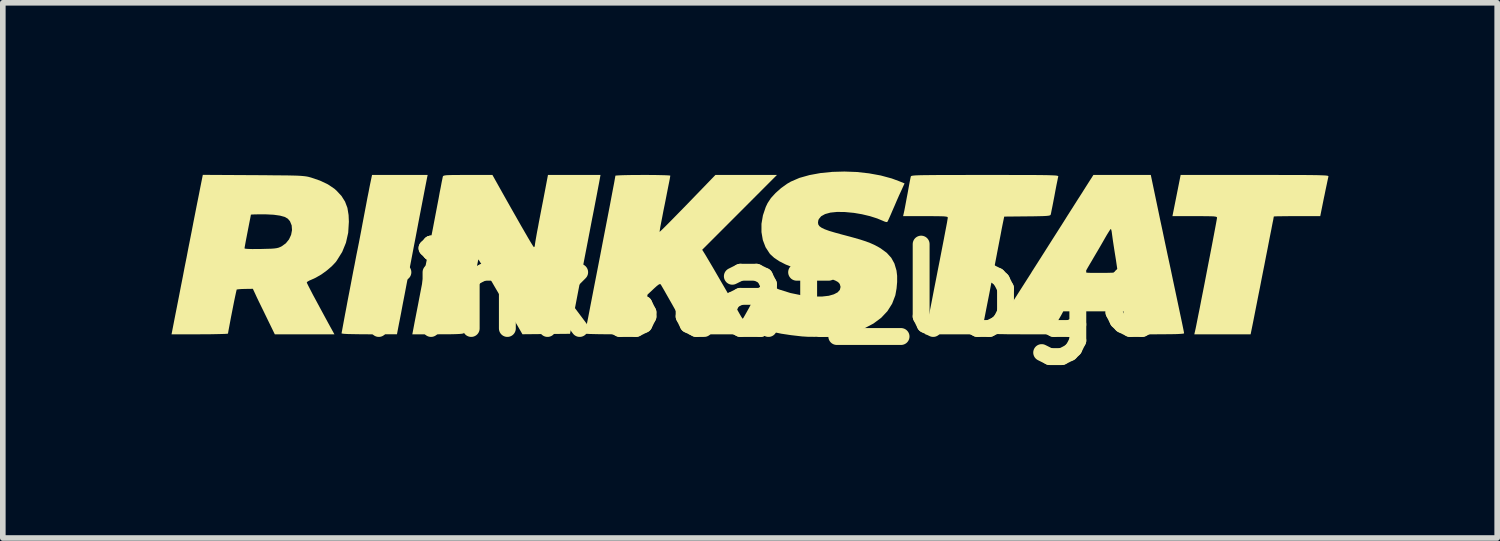
<source format=kicad_pcb>
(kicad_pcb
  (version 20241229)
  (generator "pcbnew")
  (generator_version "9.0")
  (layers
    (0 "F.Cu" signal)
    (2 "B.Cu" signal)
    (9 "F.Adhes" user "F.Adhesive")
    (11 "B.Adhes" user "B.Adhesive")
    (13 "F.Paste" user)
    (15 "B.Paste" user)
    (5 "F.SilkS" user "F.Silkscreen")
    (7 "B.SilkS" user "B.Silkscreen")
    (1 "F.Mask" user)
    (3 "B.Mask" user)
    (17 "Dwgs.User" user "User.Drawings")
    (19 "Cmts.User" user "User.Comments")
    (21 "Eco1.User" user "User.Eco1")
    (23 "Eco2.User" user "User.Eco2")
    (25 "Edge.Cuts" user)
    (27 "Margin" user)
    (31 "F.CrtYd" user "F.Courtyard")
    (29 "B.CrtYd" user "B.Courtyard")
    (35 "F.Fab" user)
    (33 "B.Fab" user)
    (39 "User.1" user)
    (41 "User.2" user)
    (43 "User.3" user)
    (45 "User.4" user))
  (footprint "rinkstat_logo"
    (layer "F.Cu")
    (at 10.578 2.112)
    (property "Reference" "rinkstat_logo" (at 0 0 0) (layer "F.SilkS") (effects (font (size 1.5 1.5) (thickness 0.3))))
    (attr board_only exclude_from_pos_files exclude_from_bom)
    (fp_poly (pts (xy -6.032 -2.015) (xy -6.037 -1.991) (xy -6.047 -1.939) (xy -6.062 -1.863) (xy -6.081 -1.765) (xy -6.103 -1.65) (xy -6.128 -1.521) (xy -6.155 -1.381) (xy -6.164 -1.335) (xy -6.2 -1.146) (xy -6.238 -0.945) (xy -6.278 -0.738) (xy -6.318 -0.528) (xy -6.358 -0.321) (xy -6.397 -0.12) (xy -6.433 0.07) (xy -6.467 0.244) (xy -6.496 0.399) (xy -6.521 0.528) (xy -6.535 0.598) (xy -6.57 0.781) (xy -7.062 0.782) (xy -7.221 0.781) (xy -7.349 0.779) (xy -7.447 0.777) (xy -7.514 0.773) (xy -7.549 0.768) (xy -7.555 0.765) (xy -7.552 0.746) (xy -7.543 0.699) (xy -7.53 0.628) (xy -7.513 0.536) (xy -7.493 0.428) (xy -7.47 0.308) (xy -7.446 0.178) (xy -7.42 0.044) (xy -7.394 -0.091) (xy -7.369 -0.223) (xy -7.345 -0.349) (xy -7.322 -0.464) (xy -7.303 -0.565) (xy -7.287 -0.647) (xy -7.275 -0.706) (xy -7.271 -0.725) (xy -7.262 -0.771) (xy -7.247 -0.845) (xy -7.229 -0.939) (xy -7.208 -1.048) (xy -7.186 -1.167) (xy -7.165 -1.278) (xy -7.141 -1.404) (xy -7.117 -1.53) (xy -7.095 -1.647) (xy -7.074 -1.751) (xy -7.058 -1.835) (xy -7.048 -1.885) (xy -7.013 -2.052) (xy -6.519 -2.052) (xy -6.024 -2.052)) (stroke (width 0) (type solid)) (fill yes) (layer "F.SilkS"))
    (fp_poly (pts (xy 8.92 -2.052) (xy 9.128 -2.051) (xy 9.307 -2.051) (xy 9.46 -2.051) (xy 9.588 -2.05) (xy 9.694 -2.049) (xy 9.78 -2.048) (xy 9.848 -2.046) (xy 9.9 -2.044) (xy 9.938 -2.042) (xy 9.964 -2.039) (xy 9.981 -2.036) (xy 9.989 -2.032) (xy 9.992 -2.027) (xy 9.991 -2.023) (xy 9.986 -1.999) (xy 9.975 -1.948) (xy 9.96 -1.876) (xy 9.941 -1.787) (xy 9.921 -1.688) (xy 9.914 -1.657) (xy 9.846 -1.319) (xy 9.433 -1.319) (xy 9.321 -1.319) (xy 9.22 -1.318) (xy 9.136 -1.317) (xy 9.071 -1.316) (xy 9.032 -1.314) (xy 9.02 -1.312) (xy 9.017 -1.295) (xy 9.01 -1.253) (xy 8.998 -1.196) (xy 8.996 -1.186) (xy 8.988 -1.145) (xy 8.975 -1.076) (xy 8.956 -0.982) (xy 8.934 -0.869) (xy 8.909 -0.739) (xy 8.881 -0.598) (xy 8.852 -0.448) (xy 8.834 -0.358) (xy 8.803 -0.201) (xy 8.773 -0.046) (xy 8.743 0.103) (xy 8.716 0.241) (xy 8.692 0.362) (xy 8.672 0.464) (xy 8.657 0.54) (xy 8.652 0.566) (xy 8.608 0.782) (xy 8.108 0.782) (xy 7.607 0.782) (xy 7.621 0.72) (xy 7.629 0.685) (xy 7.642 0.622) (xy 7.659 0.536) (xy 7.68 0.43) (xy 7.705 0.307) (xy 7.731 0.171) (xy 7.76 0.025) (xy 7.79 -0.128) (xy 7.82 -0.284) (xy 7.85 -0.44) (xy 7.88 -0.593) (xy 7.908 -0.738) (xy 7.934 -0.874) (xy 7.957 -0.996) (xy 7.977 -1.102) (xy 7.993 -1.187) (xy 8.004 -1.249) (xy 8.01 -1.284) (xy 8.011 -1.29) (xy 8.009 -1.299) (xy 8 -1.306) (xy 7.981 -1.311) (xy 7.948 -1.315) (xy 7.896 -1.317) (xy 7.823 -1.318) (xy 7.725 -1.319) (xy 7.614 -1.319) (xy 7.218 -1.319) (xy 7.291 -1.685) (xy 7.364 -2.052) (xy 8.682 -2.052)) (stroke (width 0) (type solid)) (fill yes) (layer "F.SilkS"))
    (fp_poly (pts (xy 4.123 -2.052) (xy 4.33 -2.051) (xy 4.508 -2.051) (xy 4.661 -2.051) (xy 4.788 -2.05) (xy 4.894 -2.049) (xy 4.98 -2.048) (xy 5.047 -2.046) (xy 5.099 -2.044) (xy 5.136 -2.042) (xy 5.162 -2.039) (xy 5.178 -2.035) (xy 5.186 -2.031) (xy 5.188 -2.027) (xy 5.188 -2.023) (xy 5.182 -1.999) (xy 5.172 -1.948) (xy 5.157 -1.876) (xy 5.14 -1.788) (xy 5.122 -1.691) (xy 5.121 -1.685) (xy 5.102 -1.587) (xy 5.085 -1.499) (xy 5.07 -1.426) (xy 5.06 -1.374) (xy 5.054 -1.348) (xy 5.054 -1.348) (xy 5.049 -1.339) (xy 5.037 -1.332) (xy 5.015 -1.327) (xy 4.978 -1.323) (xy 4.924 -1.32) (xy 4.847 -1.318) (xy 4.745 -1.316) (xy 4.636 -1.315) (xy 4.227 -1.311) (xy 4.205 -1.205) (xy 4.196 -1.161) (xy 4.182 -1.091) (xy 4.165 -0.999) (xy 4.144 -0.891) (xy 4.121 -0.772) (xy 4.097 -0.647) (xy 4.095 -0.635) (xy 4.066 -0.485) (xy 4.033 -0.313) (xy 3.998 -0.132) (xy 3.964 0.047) (xy 3.931 0.214) (xy 3.913 0.305) (xy 3.82 0.782) (xy 3.322 0.782) (xy 2.824 0.782) (xy 2.902 0.379) (xy 2.925 0.264) (xy 2.952 0.125) (xy 2.982 -0.031) (xy 3.015 -0.198) (xy 3.048 -0.368) (xy 3.081 -0.535) (xy 3.102 -0.644) (xy 3.129 -0.783) (xy 3.154 -0.912) (xy 3.176 -1.028) (xy 3.195 -1.127) (xy 3.21 -1.206) (xy 3.219 -1.262) (xy 3.224 -1.289) (xy 3.224 -1.291) (xy 3.221 -1.3) (xy 3.212 -1.307) (xy 3.191 -1.311) (xy 3.156 -1.315) (xy 3.103 -1.317) (xy 3.027 -1.318) (xy 2.925 -1.319) (xy 2.827 -1.319) (xy 2.429 -1.319) (xy 2.443 -1.381) (xy 2.451 -1.417) (xy 2.463 -1.479) (xy 2.478 -1.559) (xy 2.495 -1.651) (xy 2.508 -1.718) (xy 2.525 -1.811) (xy 2.54 -1.894) (xy 2.553 -1.961) (xy 2.562 -2.006) (xy 2.566 -2.023) (xy 2.569 -2.028) (xy 2.576 -2.033) (xy 2.589 -2.037) (xy 2.611 -2.04) (xy 2.642 -2.043) (xy 2.687 -2.045) (xy 2.745 -2.047) (xy 2.82 -2.048) (xy 2.914 -2.049) (xy 3.029 -2.05) (xy 3.167 -2.051) (xy 3.33 -2.051) (xy 3.52 -2.051) (xy 3.739 -2.052) (xy 3.885 -2.052)) (stroke (width 0) (type solid)) (fill yes) (layer "F.SilkS"))
    (fp_poly (pts (xy -4.775 -1.877) (xy -4.655 -1.663) (xy -4.546 -1.47) (xy -4.448 -1.298) (xy -4.363 -1.148) (xy -4.29 -1.022) (xy -4.231 -0.92) (xy -4.185 -0.843) (xy -4.154 -0.793) (xy -4.137 -0.769) (xy -4.135 -0.768) (xy -4.123 -0.777) (xy -4.119 -0.796) (xy -4.116 -0.821) (xy -4.108 -0.873) (xy -4.095 -0.947) (xy -4.079 -1.038) (xy -4.059 -1.141) (xy -4.047 -1.208) (xy -4.023 -1.333) (xy -3.998 -1.463) (xy -3.973 -1.59) (xy -3.951 -1.705) (xy -3.933 -1.799) (xy -3.929 -1.82) (xy -3.885 -2.052) (xy -3.418 -2.052) (xy -2.951 -2.052) (xy -2.974 -1.925) (xy -2.983 -1.878) (xy -2.997 -1.805) (xy -3.015 -1.709) (xy -3.037 -1.595) (xy -3.061 -1.47) (xy -3.087 -1.337) (xy -3.102 -1.262) (xy -3.133 -1.1) (xy -3.168 -0.918) (xy -3.205 -0.726) (xy -3.242 -0.536) (xy -3.276 -0.356) (xy -3.306 -0.204) (xy -3.332 -0.064) (xy -3.359 0.076) (xy -3.385 0.212) (xy -3.409 0.336) (xy -3.43 0.443) (xy -3.445 0.526) (xy -3.449 0.545) (xy -3.493 0.773) (xy -3.916 0.777) (xy -4.339 0.781) (xy -4.426 0.63) (xy -4.533 0.447) (xy -4.635 0.273) (xy -4.73 0.11) (xy -4.818 -0.039) (xy -4.896 -0.173) (xy -4.965 -0.29) (xy -5.023 -0.388) (xy -5.069 -0.464) (xy -5.101 -0.517) (xy -5.119 -0.545) (xy -5.123 -0.549) (xy -5.127 -0.533) (xy -5.136 -0.488) (xy -5.15 -0.417) (xy -5.168 -0.325) (xy -5.19 -0.215) (xy -5.214 -0.09) (xy -5.241 0.047) (xy -5.25 0.098) (xy -5.278 0.239) (xy -5.303 0.37) (xy -5.326 0.488) (xy -5.346 0.589) (xy -5.362 0.67) (xy -5.374 0.728) (xy -5.38 0.758) (xy -5.381 0.761) (xy -5.391 0.767) (xy -5.417 0.772) (xy -5.463 0.776) (xy -5.531 0.779) (xy -5.624 0.781) (xy -5.745 0.781) (xy -5.843 0.782) (xy -6.297 0.782) (xy -6.276 0.672) (xy -6.255 0.56) (xy -6.228 0.422) (xy -6.197 0.264) (xy -6.164 0.091) (xy -6.129 -0.09) (xy -6.093 -0.273) (xy -6.058 -0.453) (xy -6.024 -0.624) (xy -5.994 -0.78) (xy -5.992 -0.79) (xy -5.964 -0.935) (xy -5.933 -1.091) (xy -5.903 -1.249) (xy -5.874 -1.401) (xy -5.848 -1.537) (xy -5.829 -1.636) (xy -5.81 -1.742) (xy -5.791 -1.837) (xy -5.776 -1.918) (xy -5.763 -1.98) (xy -5.756 -2.016) (xy -5.754 -2.023) (xy -5.749 -2.032) (xy -5.738 -2.038) (xy -5.718 -2.043) (xy -5.684 -2.047) (xy -5.632 -2.049) (xy -5.56 -2.051) (xy -5.464 -2.051) (xy -5.339 -2.052) (xy -5.309 -2.052) (xy -4.873 -2.052)) (stroke (width 0) (type solid)) (fill yes) (layer "F.SilkS"))
    (fp_poly (pts (xy 6.933 -1.575) (xy 6.965 -1.422) (xy 7.001 -1.249) (xy 7.04 -1.068) (xy 7.077 -0.89) (xy 7.112 -0.725) (xy 7.131 -0.635) (xy 7.184 -0.39) (xy 7.229 -0.175) (xy 7.269 0.013) (xy 7.303 0.174) (xy 7.332 0.311) (xy 7.356 0.425) (xy 7.376 0.519) (xy 7.392 0.595) (xy 7.404 0.654) (xy 7.413 0.698) (xy 7.419 0.729) (xy 7.423 0.749) (xy 7.424 0.761) (xy 7.425 0.764) (xy 7.411 0.77) (xy 7.368 0.774) (xy 7.297 0.778) (xy 7.195 0.78) (xy 7.062 0.781) (xy 6.921 0.782) (xy 6.417 0.782) (xy 6.408 0.729) (xy 6.401 0.689) (xy 6.391 0.628) (xy 6.378 0.556) (xy 6.373 0.525) (xy 6.347 0.374) (xy 5.812 0.374) (xy 5.277 0.374) (xy 5.257 0.411) (xy 5.242 0.439) (xy 5.214 0.488) (xy 5.177 0.551) (xy 5.14 0.615) (xy 5.041 0.782) (xy 4.531 0.782) (xy 4.406 0.781) (xy 4.292 0.781) (xy 4.193 0.779) (xy 4.113 0.778) (xy 4.056 0.776) (xy 4.026 0.774) (xy 4.022 0.773) (xy 4.03 0.758) (xy 4.053 0.719) (xy 4.089 0.662) (xy 4.134 0.59) (xy 4.186 0.508) (xy 4.191 0.501) (xy 4.227 0.444) (xy 4.279 0.362) (xy 4.344 0.259) (xy 4.422 0.136) (xy 4.51 -0.002) (xy 4.607 -0.154) (xy 4.711 -0.317) (xy 4.711 -0.319) (xy 5.666 -0.319) (xy 5.681 -0.315) (xy 5.723 -0.312) (xy 5.784 -0.31) (xy 5.859 -0.31) (xy 5.941 -0.31) (xy 6.024 -0.31) (xy 6.102 -0.312) (xy 6.168 -0.314) (xy 6.216 -0.317) (xy 6.24 -0.321) (xy 6.241 -0.322) (xy 6.241 -0.341) (xy 6.236 -0.387) (xy 6.226 -0.454) (xy 6.214 -0.537) (xy 6.202 -0.611) (xy 6.186 -0.711) (xy 6.171 -0.808) (xy 6.158 -0.894) (xy 6.149 -0.961) (xy 6.145 -0.989) (xy 6.138 -1.042) (xy 6.13 -1.079) (xy 6.122 -1.091) (xy 6.11 -1.078) (xy 6.086 -1.041) (xy 6.053 -0.988) (xy 6.016 -0.924) (xy 5.971 -0.845) (xy 5.916 -0.75) (xy 5.857 -0.65) (xy 5.801 -0.555) (xy 5.794 -0.542) (xy 5.75 -0.468) (xy 5.712 -0.403) (xy 5.684 -0.353) (xy 5.668 -0.324) (xy 5.666 -0.319) (xy 4.711 -0.319) (xy 4.819 -0.488) (xy 4.931 -0.664) (xy 5.044 -0.842) (xy 5.047 -0.847) (xy 5.156 -1.018) (xy 5.261 -1.183) (xy 5.359 -1.339) (xy 5.451 -1.483) (xy 5.534 -1.614) (xy 5.608 -1.729) (xy 5.669 -1.826) (xy 5.718 -1.903) (xy 5.753 -1.958) (xy 5.772 -1.987) (xy 5.774 -1.99) (xy 5.813 -2.052) (xy 6.323 -2.052) (xy 6.833 -2.052)) (stroke (width 0) (type solid)) (fill yes) (layer "F.SilkS"))
    (fp_poly (pts (xy -9.126 -2.048) (xy -8.932 -2.047) (xy -8.768 -2.045) (xy -8.63 -2.044) (xy -8.517 -2.043) (xy -8.424 -2.041) (xy -8.349 -2.039) (xy -8.289 -2.036) (xy -8.241 -2.032) (xy -8.203 -2.028) (xy -8.17 -2.023) (xy -8.141 -2.017) (xy -8.113 -2.009) (xy -8.1 -2.006) (xy -7.939 -1.951) (xy -7.798 -1.884) (xy -7.682 -1.806) (xy -7.645 -1.773) (xy -7.556 -1.677) (xy -7.493 -1.577) (xy -7.451 -1.466) (xy -7.43 -1.338) (xy -7.425 -1.219) (xy -7.437 -1.024) (xy -7.477 -0.846) (xy -7.544 -0.682) (xy -7.639 -0.53) (xy -7.66 -0.501) (xy -7.729 -0.428) (xy -7.818 -0.352) (xy -7.916 -0.281) (xy -8.015 -0.224) (xy -8.08 -0.194) (xy -8.129 -0.173) (xy -8.163 -0.153) (xy -8.174 -0.14) (xy -8.166 -0.121) (xy -8.144 -0.076) (xy -8.109 -0.008) (xy -8.063 0.081) (xy -8.006 0.186) (xy -7.941 0.307) (xy -7.869 0.44) (xy -7.792 0.582) (xy -7.752 0.655) (xy -7.682 0.782) (xy -8.212 0.782) (xy -8.742 0.782) (xy -8.891 0.476) (xy -8.939 0.377) (xy -8.986 0.281) (xy -9.028 0.195) (xy -9.062 0.124) (xy -9.084 0.076) (xy -9.086 0.072) (xy -9.132 -0.027) (xy -9.271 -0.025) (xy -9.335 -0.023) (xy -9.386 -0.019) (xy -9.416 -0.015) (xy -9.42 -0.013) (xy -9.424 0.004) (xy -9.434 0.048) (xy -9.448 0.113) (xy -9.465 0.194) (xy -9.483 0.285) (xy -9.502 0.382) (xy -9.521 0.478) (xy -9.538 0.569) (xy -9.553 0.649) (xy -9.565 0.713) (xy -9.572 0.755) (xy -9.574 0.769) (xy -9.589 0.772) (xy -9.634 0.775) (xy -9.703 0.777) (xy -9.792 0.779) (xy -9.899 0.781) (xy -10.019 0.781) (xy -10.076 0.782) (xy -10.578 0.782) (xy -10.509 0.427) (xy -10.491 0.337) (xy -10.468 0.22) (xy -10.441 0.082) (xy -10.411 -0.074) (xy -10.378 -0.24) (xy -10.345 -0.414) (xy -10.31 -0.588) (xy -10.284 -0.725) (xy -10.28 -0.746) (xy -9.281 -0.746) (xy -9.265 -0.74) (xy -9.218 -0.736) (xy -9.142 -0.734) (xy -9.037 -0.735) (xy -8.991 -0.735) (xy -8.886 -0.738) (xy -8.808 -0.74) (xy -8.751 -0.744) (xy -8.709 -0.75) (xy -8.676 -0.758) (xy -8.646 -0.77) (xy -8.621 -0.782) (xy -8.546 -0.836) (xy -8.489 -0.906) (xy -8.452 -0.987) (xy -8.436 -1.071) (xy -8.442 -1.154) (xy -8.472 -1.228) (xy -8.51 -1.273) (xy -8.565 -1.305) (xy -8.649 -1.328) (xy -8.762 -1.344) (xy -8.901 -1.351) (xy -8.95 -1.351) (xy -9.03 -1.351) (xy -9.097 -1.35) (xy -9.144 -1.348) (xy -9.166 -1.346) (xy -9.167 -1.346) (xy -9.17 -1.329) (xy -9.178 -1.285) (xy -9.191 -1.22) (xy -9.207 -1.138) (xy -9.224 -1.051) (xy -9.242 -0.958) (xy -9.258 -0.875) (xy -9.27 -0.809) (xy -9.278 -0.764) (xy -9.281 -0.746) (xy -10.28 -0.746) (xy -10.251 -0.892) (xy -10.218 -1.059) (xy -10.187 -1.221) (xy -10.157 -1.373) (xy -10.13 -1.511) (xy -10.106 -1.63) (xy -10.087 -1.725) (xy -10.075 -1.788) (xy -10.022 -2.053)) (stroke (width 0) (type solid)) (fill yes) (layer "F.SilkS"))
    (fp_poly (pts (xy 1.605 -2.104) (xy 1.822 -2.08) (xy 2.031 -2.042) (xy 2.227 -1.989) (xy 2.352 -1.943) (xy 2.455 -1.901) (xy 2.391 -1.76) (xy 2.357 -1.687) (xy 2.317 -1.596) (xy 2.276 -1.5) (xy 2.243 -1.425) (xy 2.211 -1.35) (xy 2.183 -1.287) (xy 2.162 -1.241) (xy 2.149 -1.217) (xy 2.149 -1.216) (xy 2.128 -1.214) (xy 2.091 -1.226) (xy 2.074 -1.234) (xy 1.968 -1.278) (xy 1.839 -1.319) (xy 1.696 -1.353) (xy 1.555 -1.377) (xy 1.395 -1.392) (xy 1.255 -1.394) (xy 1.137 -1.382) (xy 1.042 -1.356) (xy 0.972 -1.317) (xy 0.93 -1.266) (xy 0.92 -1.238) (xy 0.916 -1.201) (xy 0.922 -1.169) (xy 0.942 -1.14) (xy 0.979 -1.113) (xy 1.035 -1.086) (xy 1.114 -1.057) (xy 1.218 -1.026) (xy 1.349 -0.99) (xy 1.399 -0.977) (xy 1.547 -0.937) (xy 1.669 -0.902) (xy 1.77 -0.869) (xy 1.853 -0.837) (xy 1.926 -0.804) (xy 1.993 -0.768) (xy 2.03 -0.746) (xy 2.139 -0.666) (xy 2.219 -0.578) (xy 2.275 -0.476) (xy 2.311 -0.354) (xy 2.312 -0.35) (xy 2.323 -0.258) (xy 2.323 -0.148) (xy 2.313 -0.034) (xy 2.294 0.073) (xy 2.29 0.092) (xy 2.234 0.238) (xy 2.15 0.371) (xy 2.039 0.489) (xy 1.903 0.59) (xy 1.743 0.675) (xy 1.561 0.742) (xy 1.358 0.79) (xy 1.191 0.813) (xy 1.087 0.821) (xy 0.968 0.826) (xy 0.847 0.827) (xy 0.734 0.826) (xy 0.641 0.82) (xy 0.635 0.82) (xy 0.436 0.797) (xy 0.263 0.771) (xy 0.109 0.739) (xy -0.034 0.701) (xy -0.173 0.654) (xy -0.226 0.634) (xy -0.286 0.611) (xy -0.334 0.595) (xy -0.362 0.589) (xy -0.367 0.589) (xy -0.363 0.606) (xy -0.348 0.643) (xy -0.324 0.689) (xy -0.274 0.782) (xy -0.826 0.782) (xy -1.377 0.782) (xy -1.621 0.35) (xy -1.682 0.241) (xy -1.739 0.141) (xy -1.789 0.053) (xy -1.83 -0.019) (xy -1.861 -0.072) (xy -1.878 -0.101) (xy -1.881 -0.105) (xy -1.893 -0.112) (xy -1.914 -0.104) (xy -1.949 -0.078) (xy -2.001 -0.031) (xy -2.006 -0.026) (xy -2.115 0.076) (xy -2.174 0.392) (xy -2.192 0.492) (xy -2.21 0.582) (xy -2.224 0.658) (xy -2.235 0.714) (xy -2.241 0.744) (xy -2.242 0.745) (xy -2.25 0.782) (xy -2.737 0.782) (xy -2.859 0.781) (xy -2.97 0.78) (xy -3.066 0.778) (xy -3.142 0.776) (xy -3.196 0.773) (xy -3.222 0.77) (xy -3.224 0.769) (xy -3.224 0.766) (xy -3.223 0.762) (xy -3.222 0.753) (xy -3.22 0.739) (xy -3.216 0.716) (xy -3.209 0.683) (xy -3.2 0.637) (xy -3.189 0.576) (xy -3.173 0.497) (xy -3.154 0.398) (xy -3.131 0.278) (xy -3.103 0.134) (xy -3.07 -0.037) (xy -3.031 -0.237) (xy -3.012 -0.334) (xy -2.957 -0.617) (xy -2.907 -0.878) (xy -2.861 -1.115) (xy -2.82 -1.327) (xy -2.784 -1.513) (xy -2.754 -1.673) (xy -2.729 -1.804) (xy -2.709 -1.908) (xy -2.696 -1.982) (xy -2.688 -2.026) (xy -2.687 -2.038) (xy -2.671 -2.041) (xy -2.627 -2.044) (xy -2.558 -2.047) (xy -2.468 -2.049) (xy -2.362 -2.051) (xy -2.244 -2.051) (xy -2.198 -2.052) (xy -2.076 -2.051) (xy -1.965 -2.05) (xy -1.869 -2.048) (xy -1.792 -2.046) (xy -1.738 -2.043) (xy -1.712 -2.04) (xy -1.71 -2.039) (xy -1.713 -2.02) (xy -1.721 -1.973) (xy -1.735 -1.903) (xy -1.753 -1.813) (xy -1.774 -1.706) (xy -1.797 -1.588) (xy -1.807 -1.538) (xy -1.832 -1.416) (xy -1.853 -1.305) (xy -1.872 -1.208) (xy -1.887 -1.13) (xy -1.896 -1.073) (xy -1.901 -1.043) (xy -1.901 -1.04) (xy -1.889 -1.049) (xy -1.857 -1.079) (xy -1.807 -1.128) (xy -1.742 -1.193) (xy -1.663 -1.273) (xy -1.573 -1.365) (xy -1.474 -1.466) (xy -1.402 -1.54) (xy -0.907 -2.052) (xy -0.36 -2.052) (xy 0.187 -2.052) (xy -0.478 -1.386) (xy -1.143 -0.721) (xy -1.098 -0.65) (xy -1.075 -0.612) (xy -1.039 -0.551) (xy -0.991 -0.47) (xy -0.935 -0.375) (xy -0.873 -0.268) (xy -0.808 -0.156) (xy -0.741 -0.041) (xy -0.676 0.071) (xy -0.616 0.177) (xy -0.562 0.271) (xy -0.517 0.349) (xy -0.484 0.408) (xy -0.473 0.427) (xy -0.448 0.47) (xy -0.429 0.498) (xy -0.422 0.505) (xy -0.411 0.491) (xy -0.389 0.453) (xy -0.357 0.396) (xy -0.317 0.325) (xy -0.274 0.243) (xy -0.228 0.157) (xy -0.183 0.071) (xy -0.141 -0.01) (xy -0.122 -0.049) (xy -0.098 -0.097) (xy -0.08 -0.131) (xy -0.073 -0.144) (xy -0.057 -0.139) (xy -0.021 -0.123) (xy 0.029 -0.099) (xy 0.032 -0.098) (xy 0.222 -0.016) (xy 0.427 0.048) (xy 0.637 0.091) (xy 0.844 0.111) (xy 0.992 0.11) (xy 1.107 0.097) (xy 1.198 0.071) (xy 1.265 0.036) (xy 1.305 -0.009) (xy 1.317 -0.061) (xy 1.305 -0.106) (xy 1.291 -0.129) (xy 1.267 -0.15) (xy 1.229 -0.171) (xy 1.176 -0.193) (xy 1.101 -0.218) (xy 1.003 -0.247) (xy 0.878 -0.282) (xy 0.843 -0.292) (xy 0.646 -0.348) (xy 0.48 -0.403) (xy 0.342 -0.459) (xy 0.228 -0.517) (xy 0.138 -0.577) (xy 0.068 -0.641) (xy 0.057 -0.654) (xy -0.016 -0.766) (xy -0.065 -0.894) (xy -0.089 -1.035) (xy -0.089 -1.183) (xy -0.063 -1.334) (xy -0.013 -1.482) (xy 0.02 -1.551) (xy 0.079 -1.64) (xy 0.162 -1.731) (xy 0.26 -1.818) (xy 0.366 -1.894) (xy 0.433 -1.933) (xy 0.586 -1.999) (xy 0.764 -2.049) (xy 0.96 -2.085) (xy 1.169 -2.106) (xy 1.386 -2.112)) (stroke (width 0) (type solid)) (fill yes) (layer "F.SilkS")))
  (gr_rect
    (start -3 -3)
    (end 23.57 6.516)
    (stroke (width 0.1) (type default))
    (fill no)
    (layer "Edge.Cuts")))
</source>
